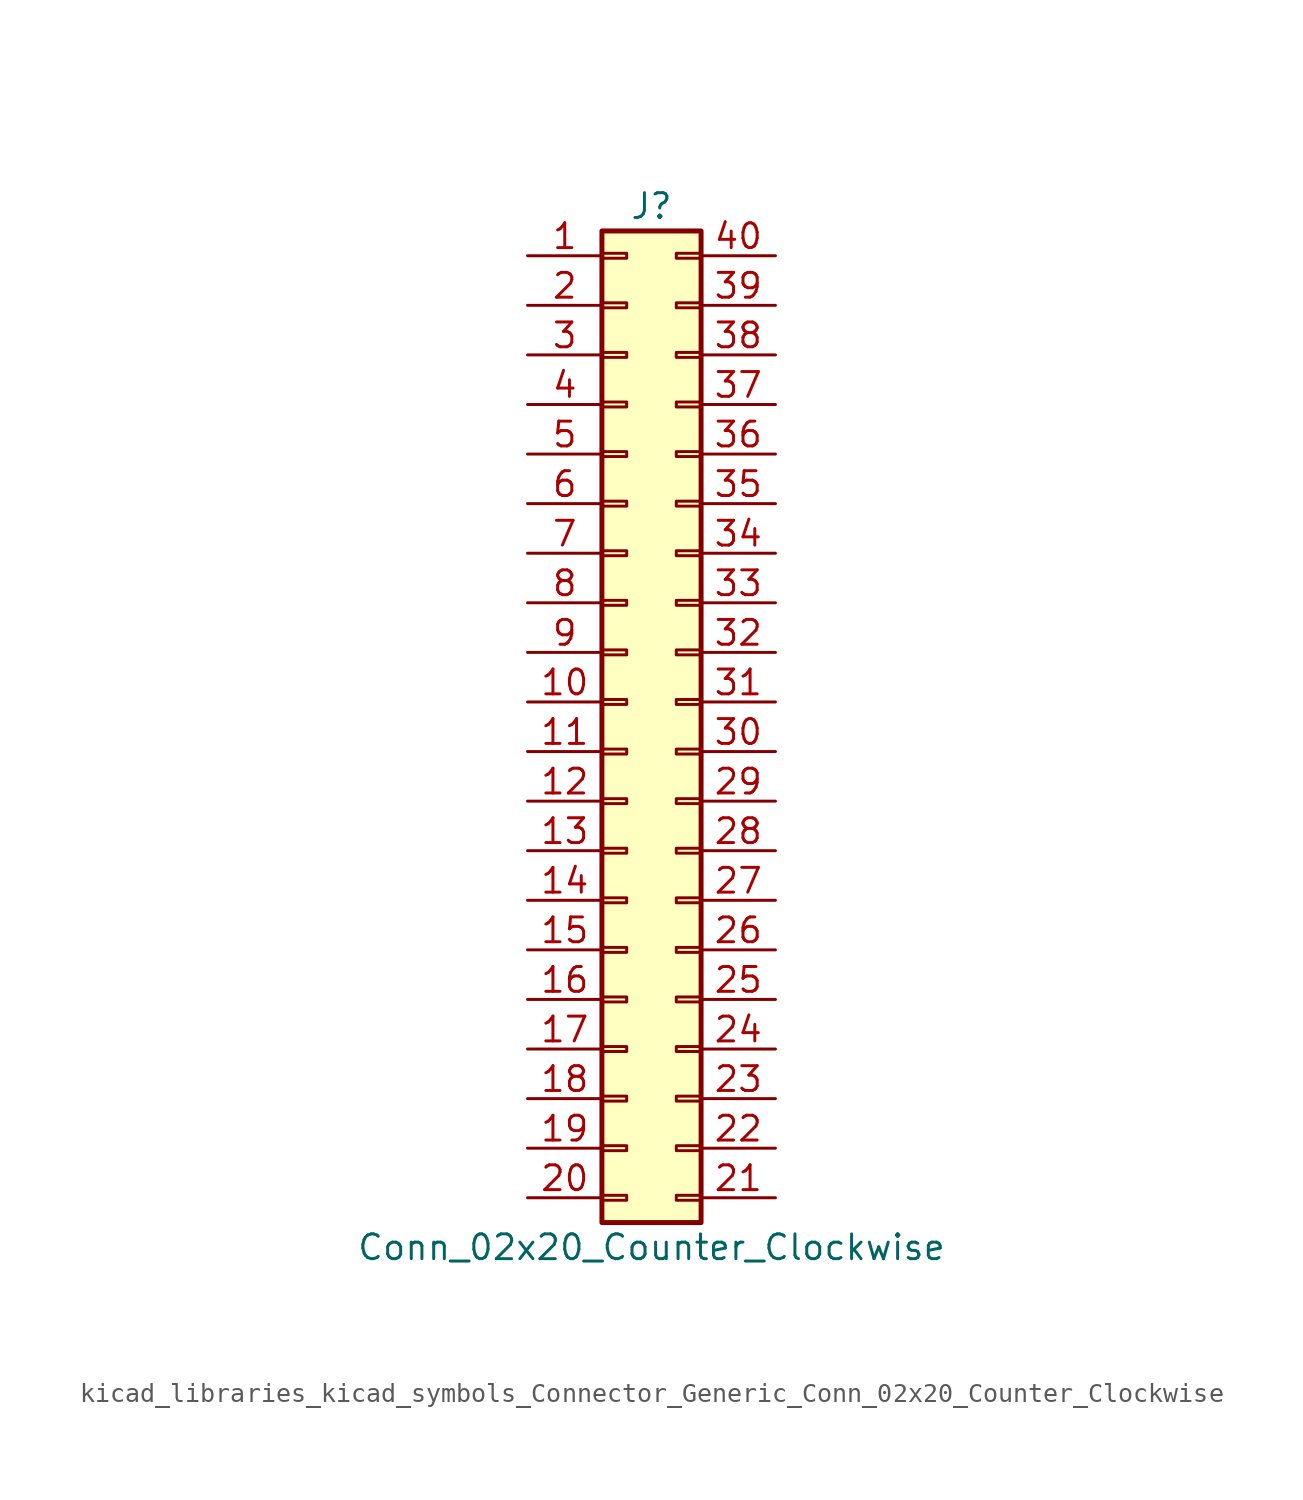
<source format=kicad_sym>
(kicad_symbol_lib
  (version 20220914)
  (generator kicad_symbol_editor)
  (symbol "kicad_libraries_kicad_symbols_Connector_Generic_Conn_02x20_Counter_Clockwise"
    (pin_names
      (offset 1.016) hide)
    (property "Reference" "J"
      (at 1.27 25.4 0)
      (effects (font (size 1.27 1.27))))
    (property "Value" "Conn_02x20_Counter_Clockwise"
      (at 1.27 -27.94 0)
      (effects (font (size 1.27 1.27))))
    (symbol "kicad_libraries_kicad_symbols_Connector_Generic_Conn_02x20_Counter_Clockwise_1_1"
      (rectangle (start -1.27 -25.273) (end 0 -25.527) (stroke (width 0.152) (type default)) (fill (type none)))
      (rectangle (start -1.27 -22.733) (end 0 -22.987) (stroke (width 0.152) (type default)) (fill (type none)))
      (rectangle (start -1.27 -20.193) (end 0 -20.447) (stroke (width 0.152) (type default)) (fill (type none)))
      (rectangle (start -1.27 -17.653) (end 0 -17.907) (stroke (width 0.152) (type default)) (fill (type none)))
      (rectangle (start -1.27 -15.113) (end 0 -15.367) (stroke (width 0.152) (type default)) (fill (type none)))
      (rectangle (start -1.27 -12.573) (end 0 -12.827) (stroke (width 0.152) (type default)) (fill (type none)))
      (rectangle (start -1.27 -10.033) (end 0 -10.287) (stroke (width 0.152) (type default)) (fill (type none)))
      (rectangle (start -1.27 -7.493) (end 0 -7.747) (stroke (width 0.152) (type default)) (fill (type none)))
      (rectangle (start -1.27 -4.953) (end 0 -5.207) (stroke (width 0.152) (type default)) (fill (type none)))
      (rectangle (start -1.27 -2.413) (end 0 -2.667) (stroke (width 0.152) (type default)) (fill (type none)))
      (rectangle (start -1.27 0.127) (end 0 -0.127) (stroke (width 0.152) (type default)) (fill (type none)))
      (rectangle (start -1.27 2.667) (end 0 2.413) (stroke (width 0.152) (type default)) (fill (type none)))
      (rectangle (start -1.27 5.207) (end 0 4.953) (stroke (width 0.152) (type default)) (fill (type none)))
      (rectangle (start -1.27 7.747) (end 0 7.493) (stroke (width 0.152) (type default)) (fill (type none)))
      (rectangle (start -1.27 10.287) (end 0 10.033) (stroke (width 0.152) (type default)) (fill (type none)))
      (rectangle (start -1.27 12.827) (end 0 12.573) (stroke (width 0.152) (type default)) (fill (type none)))
      (rectangle (start -1.27 15.367) (end 0 15.113) (stroke (width 0.152) (type default)) (fill (type none)))
      (rectangle (start -1.27 17.907) (end 0 17.653) (stroke (width 0.152) (type default)) (fill (type none)))
      (rectangle (start -1.27 20.447) (end 0 20.193) (stroke (width 0.152) (type default)) (fill (type none)))
      (rectangle (start -1.27 22.987) (end 0 22.733) (stroke (width 0.152) (type default)) (fill (type none)))
      (rectangle (start -1.27 24.13) (end 3.81 -26.67) (stroke (width 0.254) (type default)) (fill (type background)))
      (rectangle (start 3.81 -25.273) (end 2.54 -25.527) (stroke (width 0.152) (type default)) (fill (type none)))
      (rectangle (start 3.81 -22.733) (end 2.54 -22.987) (stroke (width 0.152) (type default)) (fill (type none)))
      (rectangle (start 3.81 -20.193) (end 2.54 -20.447) (stroke (width 0.152) (type default)) (fill (type none)))
      (rectangle (start 3.81 -17.653) (end 2.54 -17.907) (stroke (width 0.152) (type default)) (fill (type none)))
      (rectangle (start 3.81 -15.113) (end 2.54 -15.367) (stroke (width 0.152) (type default)) (fill (type none)))
      (rectangle (start 3.81 -12.573) (end 2.54 -12.827) (stroke (width 0.152) (type default)) (fill (type none)))
      (rectangle (start 3.81 -10.033) (end 2.54 -10.287) (stroke (width 0.152) (type default)) (fill (type none)))
      (rectangle (start 3.81 -7.493) (end 2.54 -7.747) (stroke (width 0.152) (type default)) (fill (type none)))
      (rectangle (start 3.81 -4.953) (end 2.54 -5.207) (stroke (width 0.152) (type default)) (fill (type none)))
      (rectangle (start 3.81 -2.413) (end 2.54 -2.667) (stroke (width 0.152) (type default)) (fill (type none)))
      (rectangle (start 3.81 0.127) (end 2.54 -0.127) (stroke (width 0.152) (type default)) (fill (type none)))
      (rectangle (start 3.81 2.667) (end 2.54 2.413) (stroke (width 0.152) (type default)) (fill (type none)))
      (rectangle (start 3.81 5.207) (end 2.54 4.953) (stroke (width 0.152) (type default)) (fill (type none)))
      (rectangle (start 3.81 7.747) (end 2.54 7.493) (stroke (width 0.152) (type default)) (fill (type none)))
      (rectangle (start 3.81 10.287) (end 2.54 10.033) (stroke (width 0.152) (type default)) (fill (type none)))
      (rectangle (start 3.81 12.827) (end 2.54 12.573) (stroke (width 0.152) (type default)) (fill (type none)))
      (rectangle (start 3.81 15.367) (end 2.54 15.113) (stroke (width 0.152) (type default)) (fill (type none)))
      (rectangle (start 3.81 17.907) (end 2.54 17.653) (stroke (width 0.152) (type default)) (fill (type none)))
      (rectangle (start 3.81 20.447) (end 2.54 20.193) (stroke (width 0.152) (type default)) (fill (type none)))
      (rectangle (start 3.81 22.987) (end 2.54 22.733) (stroke (width 0.152) (type default)) (fill (type none)))
      (pin passive line (at -5.08 22.86 0) (length 3.81) (name "Pin_1" (effects (font (size 1.27 1.27)))) (number "1" (effects (font (size 1.27 1.27)))))
      (pin passive line (at -5.08 0 0) (length 3.81) (name "Pin_10" (effects (font (size 1.27 1.27)))) (number "10" (effects (font (size 1.27 1.27)))))
      (pin passive line (at -5.08 -2.54 0) (length 3.81) (name "Pin_11" (effects (font (size 1.27 1.27)))) (number "11" (effects (font (size 1.27 1.27)))))
      (pin passive line (at -5.08 -5.08 0) (length 3.81) (name "Pin_12" (effects (font (size 1.27 1.27)))) (number "12" (effects (font (size 1.27 1.27)))))
      (pin passive line (at -5.08 -7.62 0) (length 3.81) (name "Pin_13" (effects (font (size 1.27 1.27)))) (number "13" (effects (font (size 1.27 1.27)))))
      (pin passive line (at -5.08 -10.16 0) (length 3.81) (name "Pin_14" (effects (font (size 1.27 1.27)))) (number "14" (effects (font (size 1.27 1.27)))))
      (pin passive line (at -5.08 -12.7 0) (length 3.81) (name "Pin_15" (effects (font (size 1.27 1.27)))) (number "15" (effects (font (size 1.27 1.27)))))
      (pin passive line (at -5.08 -15.24 0) (length 3.81) (name "Pin_16" (effects (font (size 1.27 1.27)))) (number "16" (effects (font (size 1.27 1.27)))))
      (pin passive line (at -5.08 -17.78 0) (length 3.81) (name "Pin_17" (effects (font (size 1.27 1.27)))) (number "17" (effects (font (size 1.27 1.27)))))
      (pin passive line (at -5.08 -20.32 0) (length 3.81) (name "Pin_18" (effects (font (size 1.27 1.27)))) (number "18" (effects (font (size 1.27 1.27)))))
      (pin passive line (at -5.08 -22.86 0) (length 3.81) (name "Pin_19" (effects (font (size 1.27 1.27)))) (number "19" (effects (font (size 1.27 1.27)))))
      (pin passive line (at -5.08 20.32 0) (length 3.81) (name "Pin_2" (effects (font (size 1.27 1.27)))) (number "2" (effects (font (size 1.27 1.27)))))
      (pin passive line (at -5.08 -25.4 0) (length 3.81) (name "Pin_20" (effects (font (size 1.27 1.27)))) (number "20" (effects (font (size 1.27 1.27)))))
      (pin passive line (at 7.62 -25.4 180) (length 3.81) (name "Pin_21" (effects (font (size 1.27 1.27)))) (number "21" (effects (font (size 1.27 1.27)))))
      (pin passive line (at 7.62 -22.86 180) (length 3.81) (name "Pin_22" (effects (font (size 1.27 1.27)))) (number "22" (effects (font (size 1.27 1.27)))))
      (pin passive line (at 7.62 -20.32 180) (length 3.81) (name "Pin_23" (effects (font (size 1.27 1.27)))) (number "23" (effects (font (size 1.27 1.27)))))
      (pin passive line (at 7.62 -17.78 180) (length 3.81) (name "Pin_24" (effects (font (size 1.27 1.27)))) (number "24" (effects (font (size 1.27 1.27)))))
      (pin passive line (at 7.62 -15.24 180) (length 3.81) (name "Pin_25" (effects (font (size 1.27 1.27)))) (number "25" (effects (font (size 1.27 1.27)))))
      (pin passive line (at 7.62 -12.7 180) (length 3.81) (name "Pin_26" (effects (font (size 1.27 1.27)))) (number "26" (effects (font (size 1.27 1.27)))))
      (pin passive line (at 7.62 -10.16 180) (length 3.81) (name "Pin_27" (effects (font (size 1.27 1.27)))) (number "27" (effects (font (size 1.27 1.27)))))
      (pin passive line (at 7.62 -7.62 180) (length 3.81) (name "Pin_28" (effects (font (size 1.27 1.27)))) (number "28" (effects (font (size 1.27 1.27)))))
      (pin passive line (at 7.62 -5.08 180) (length 3.81) (name "Pin_29" (effects (font (size 1.27 1.27)))) (number "29" (effects (font (size 1.27 1.27)))))
      (pin passive line (at -5.08 17.78 0) (length 3.81) (name "Pin_3" (effects (font (size 1.27 1.27)))) (number "3" (effects (font (size 1.27 1.27)))))
      (pin passive line (at 7.62 -2.54 180) (length 3.81) (name "Pin_30" (effects (font (size 1.27 1.27)))) (number "30" (effects (font (size 1.27 1.27)))))
      (pin passive line (at 7.62 0 180) (length 3.81) (name "Pin_31" (effects (font (size 1.27 1.27)))) (number "31" (effects (font (size 1.27 1.27)))))
      (pin passive line (at 7.62 2.54 180) (length 3.81) (name "Pin_32" (effects (font (size 1.27 1.27)))) (number "32" (effects (font (size 1.27 1.27)))))
      (pin passive line (at 7.62 5.08 180) (length 3.81) (name "Pin_33" (effects (font (size 1.27 1.27)))) (number "33" (effects (font (size 1.27 1.27)))))
      (pin passive line (at 7.62 7.62 180) (length 3.81) (name "Pin_34" (effects (font (size 1.27 1.27)))) (number "34" (effects (font (size 1.27 1.27)))))
      (pin passive line (at 7.62 10.16 180) (length 3.81) (name "Pin_35" (effects (font (size 1.27 1.27)))) (number "35" (effects (font (size 1.27 1.27)))))
      (pin passive line (at 7.62 12.7 180) (length 3.81) (name "Pin_36" (effects (font (size 1.27 1.27)))) (number "36" (effects (font (size 1.27 1.27)))))
      (pin passive line (at 7.62 15.24 180) (length 3.81) (name "Pin_37" (effects (font (size 1.27 1.27)))) (number "37" (effects (font (size 1.27 1.27)))))
      (pin passive line (at 7.62 17.78 180) (length 3.81) (name "Pin_38" (effects (font (size 1.27 1.27)))) (number "38" (effects (font (size 1.27 1.27)))))
      (pin passive line (at 7.62 20.32 180) (length 3.81) (name "Pin_39" (effects (font (size 1.27 1.27)))) (number "39" (effects (font (size 1.27 1.27)))))
      (pin passive line (at -5.08 15.24 0) (length 3.81) (name "Pin_4" (effects (font (size 1.27 1.27)))) (number "4" (effects (font (size 1.27 1.27)))))
      (pin passive line (at 7.62 22.86 180) (length 3.81) (name "Pin_40" (effects (font (size 1.27 1.27)))) (number "40" (effects (font (size 1.27 1.27)))))
      (pin passive line (at -5.08 12.7 0) (length 3.81) (name "Pin_5" (effects (font (size 1.27 1.27)))) (number "5" (effects (font (size 1.27 1.27)))))
      (pin passive line (at -5.08 10.16 0) (length 3.81) (name "Pin_6" (effects (font (size 1.27 1.27)))) (number "6" (effects (font (size 1.27 1.27)))))
      (pin passive line (at -5.08 7.62 0) (length 3.81) (name "Pin_7" (effects (font (size 1.27 1.27)))) (number "7" (effects (font (size 1.27 1.27)))))
      (pin passive line (at -5.08 5.08 0) (length 3.81) (name "Pin_8" (effects (font (size 1.27 1.27)))) (number "8" (effects (font (size 1.27 1.27)))))
      (pin passive line (at -5.08 2.54 0) (length 3.81) (name "Pin_9" (effects (font (size 1.27 1.27)))) (number "9" (effects (font (size 1.27 1.27))))))))
</source>
